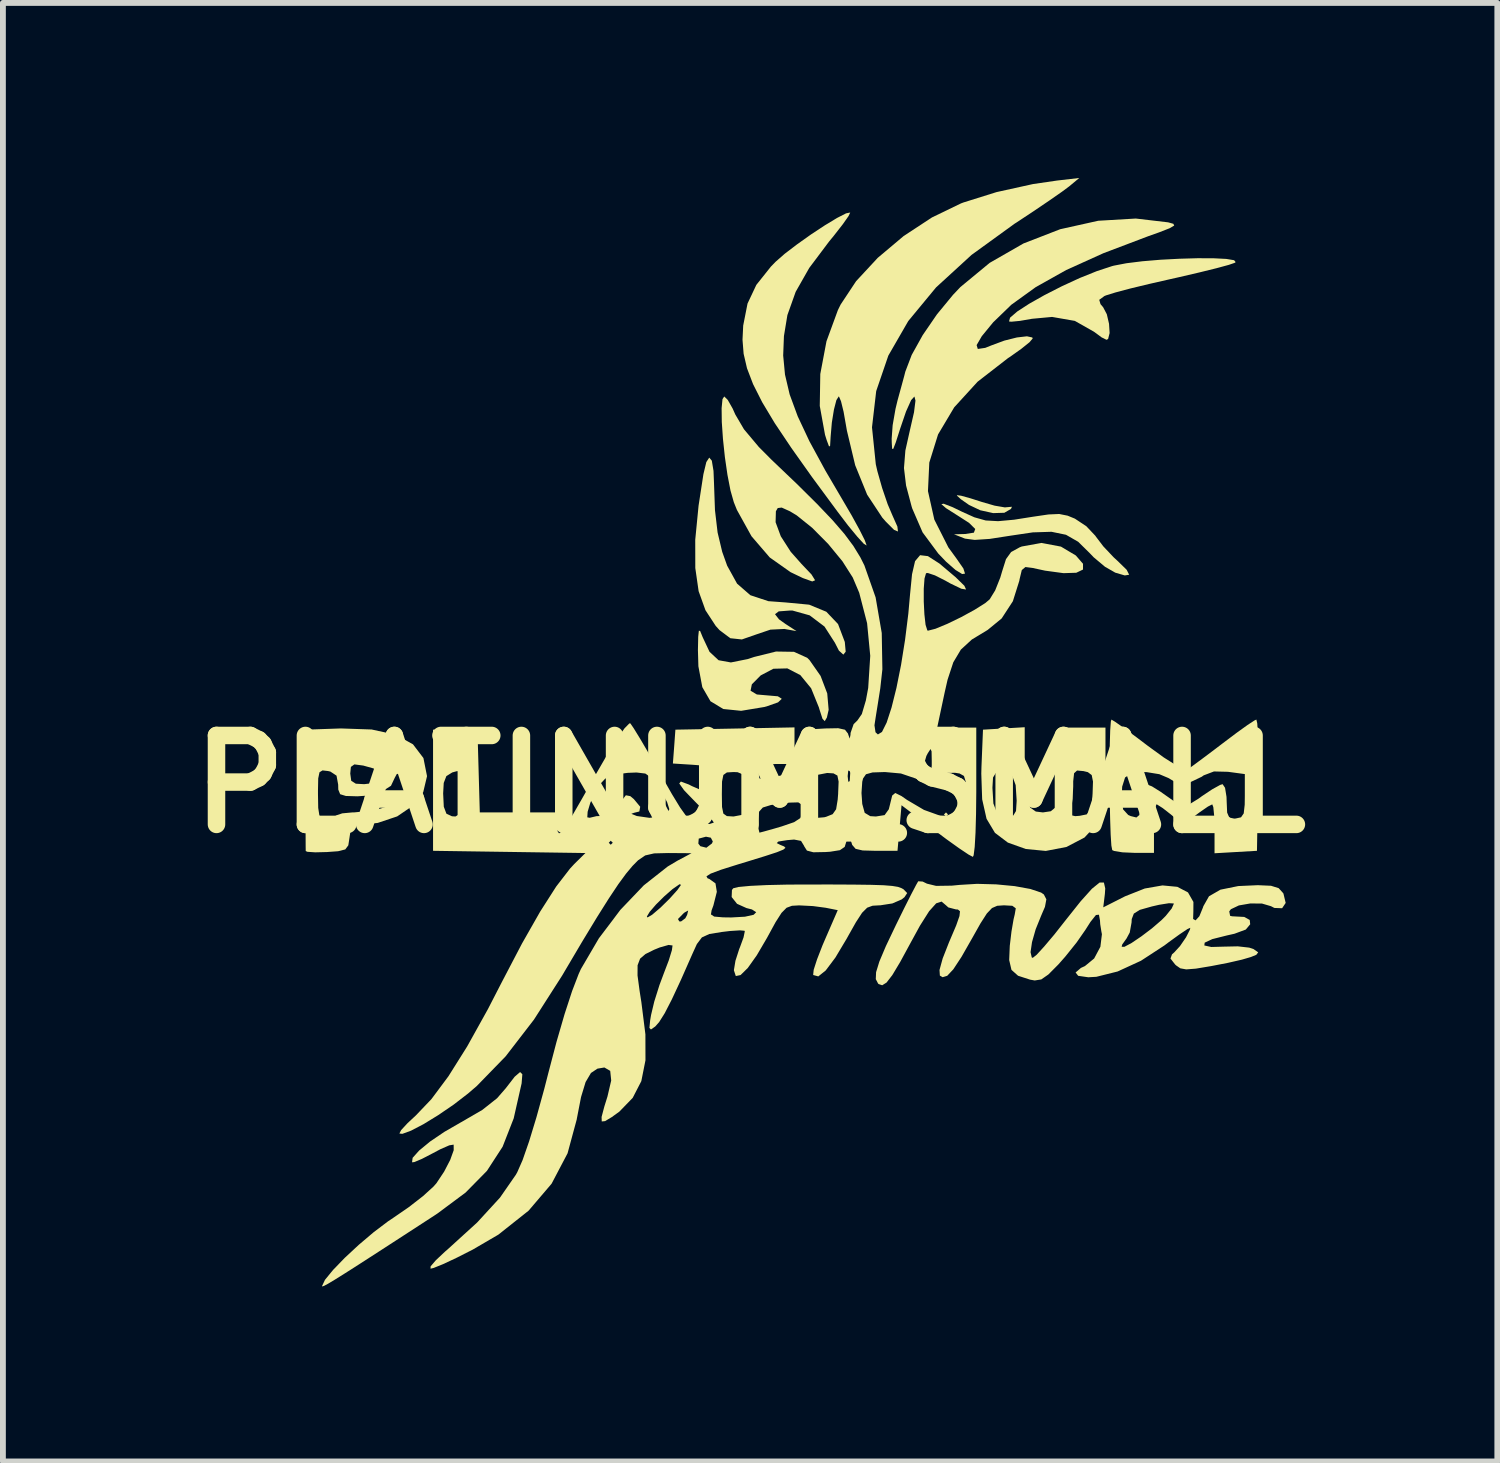
<source format=kicad_pcb>
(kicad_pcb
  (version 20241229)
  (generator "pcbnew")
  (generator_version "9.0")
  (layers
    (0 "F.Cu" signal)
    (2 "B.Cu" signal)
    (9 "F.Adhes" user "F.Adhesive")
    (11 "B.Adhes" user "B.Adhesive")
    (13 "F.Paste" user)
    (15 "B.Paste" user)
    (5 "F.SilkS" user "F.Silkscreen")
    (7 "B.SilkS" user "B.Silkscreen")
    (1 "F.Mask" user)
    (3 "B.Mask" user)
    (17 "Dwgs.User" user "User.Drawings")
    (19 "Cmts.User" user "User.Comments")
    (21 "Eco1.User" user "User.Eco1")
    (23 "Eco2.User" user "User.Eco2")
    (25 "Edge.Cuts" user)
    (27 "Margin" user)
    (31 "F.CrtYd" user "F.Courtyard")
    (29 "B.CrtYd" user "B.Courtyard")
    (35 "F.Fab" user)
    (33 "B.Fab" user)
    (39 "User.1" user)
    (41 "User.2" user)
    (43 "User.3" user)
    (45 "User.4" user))
  (footprint "PLATINUM_SMALL"
    (layer "F.Cu")
    (at 9.804 10.388)
    (property "Reference" "PLATINUM_SMALL" (at 0 0 0) (layer "F.SilkS") (effects (font (size 1.524 1.524) (thickness 0.3))))
    (attr board_only exclude_from_pos_files exclude_from_bom)
    (fp_poly (pts (xy 3.391 0.519) (xy 3.357 0.554) (xy 3.322 0.519) (xy 3.357 0.484)) (stroke (width 0) (type solid)) (fill yes) (layer "F.SilkS"))
    (fp_poly (pts (xy 3.616 -4.943) (xy 3.779 -4.898) (xy 3.966 -4.838) (xy 4.19 -4.773) (xy 4.366 -4.743) (xy 4.444 -4.75) (xy 4.487 -4.754) (xy 4.471 -4.717) (xy 4.357 -4.651) (xy 4.166 -4.645) (xy 3.944 -4.694) (xy 3.752 -4.785) (xy 3.613 -4.882) (xy 3.545 -4.944) (xy 3.545 -4.952)) (stroke (width 0) (type solid)) (fill yes) (layer "F.SilkS"))
    (fp_poly (pts (xy -0.856 -2.625) (xy -0.816 -2.527) (xy -0.816 -2.526) (xy -0.695 -2.268) (xy -0.54 -2.124) (xy -0.329 -2.086) (xy -0.039 -2.144) (xy 0.069 -2.18) (xy 0.444 -2.273) (xy 0.752 -2.268) (xy 0.978 -2.166) (xy 1.017 -2.128) (xy 1.208 -1.855) (xy 1.322 -1.555) (xy 1.346 -1.274) (xy 1.316 -1.142) (xy 1.279 -1.08) (xy 1.241 -1.12) (xy 1.19 -1.277) (xy 1.179 -1.315) (xy 1.046 -1.643) (xy 0.861 -1.869) (xy 0.639 -1.984) (xy 0.399 -1.978) (xy 0.182 -1.864) (xy 0.03 -1.711) (xy 0.008 -1.601) (xy 0.116 -1.537) (xy 0.277 -1.523) (xy 0.476 -1.506) (xy 0.543 -1.463) (xy 0.479 -1.402) (xy 0.286 -1.334) (xy 0.246 -1.323) (xy -0.153 -1.257) (xy -0.459 -1.288) (xy -0.679 -1.421) (xy -0.819 -1.663) (xy -0.886 -2.02) (xy -0.894 -2.299) (xy -0.889 -2.526) (xy -0.878 -2.63)) (stroke (width 0) (type solid)) (fill yes) (layer "F.SilkS"))
    (fp_poly (pts (xy 3.47 -4.747) (xy 3.631 -4.669) (xy 3.844 -4.573) (xy 4.037 -4.519) (xy 4.25 -4.507) (xy 4.524 -4.532) (xy 4.841 -4.582) (xy 5.113 -4.622) (xy 5.297 -4.63) (xy 5.442 -4.601) (xy 5.566 -4.55) (xy 5.762 -4.42) (xy 5.916 -4.257) (xy 5.926 -4.242) (xy 6.054 -4.074) (xy 6.231 -3.887) (xy 6.293 -3.83) (xy 6.453 -3.674) (xy 6.496 -3.589) (xy 6.421 -3.577) (xy 6.257 -3.625) (xy 6.081 -3.726) (xy 5.888 -3.888) (xy 5.821 -3.958) (xy 5.622 -4.154) (xy 5.413 -4.274) (xy 5.165 -4.325) (xy 4.845 -4.315) (xy 4.474 -4.26) (xy 4.105 -4.203) (xy 3.848 -4.186) (xy 3.683 -4.208) (xy 3.667 -4.214) (xy 3.495 -4.282) (xy 3.685 -4.287) (xy 3.835 -4.31) (xy 3.858 -4.373) (xy 3.752 -4.478) (xy 3.559 -4.602) (xy 3.357 -4.73) (xy 3.278 -4.799) (xy 3.317 -4.806)) (stroke (width 0) (type solid)) (fill yes) (layer "F.SilkS"))
    (fp_poly (pts (xy -0.656 -5.544) (xy -0.627 -5.369) (xy -0.619 -5.173) (xy -0.602 -4.696) (xy -0.557 -4.313) (xy -0.478 -3.982) (xy -0.393 -3.744) (xy -0.223 -3.436) (xy 0.005 -3.238) (xy 0.313 -3.136) (xy 0.611 -3.114) (xy 1.012 -3.076) (xy 1.306 -2.955) (xy 1.507 -2.744) (xy 1.623 -2.437) (xy 1.638 -2.27) (xy 1.598 -2.22) (xy 1.522 -2.289) (xy 1.453 -2.424) (xy 1.275 -2.701) (xy 1.021 -2.893) (xy 0.728 -2.975) (xy 0.687 -2.976) (xy 0.49 -2.961) (xy 0.427 -2.913) (xy 0.495 -2.825) (xy 0.606 -2.746) (xy 0.796 -2.623) (xy 0.588 -2.66) (xy 0.348 -2.648) (xy 0.112 -2.568) (xy -0.141 -2.48) (xy -0.339 -2.501) (xy -0.524 -2.64) (xy -0.589 -2.712) (xy -0.765 -2.981) (xy -0.882 -3.307) (xy -0.939 -3.704) (xy -0.94 -4.188) (xy -0.883 -4.772) (xy -0.8 -5.312) (xy -0.75 -5.52) (xy -0.7 -5.596)) (stroke (width 0) (type solid)) (fill yes) (layer "F.SilkS"))
    (fp_poly (pts (xy 1.687 -9.735) (xy 1.587 -9.593) (xy 1.434 -9.397) (xy 1.352 -9.297) (xy 1.014 -8.847) (xy 0.781 -8.437) (xy 0.639 -8.038) (xy 0.58 -7.679) (xy 0.567 -7.346) (xy 0.598 -7.019) (xy 0.678 -6.679) (xy 0.816 -6.304) (xy 1.017 -5.876) (xy 1.29 -5.374) (xy 1.571 -4.895) (xy 1.739 -4.608) (xy 1.874 -4.362) (xy 1.964 -4.183) (xy 1.996 -4.094) (xy 1.995 -4.091) (xy 1.948 -4.12) (xy 1.837 -4.241) (xy 1.678 -4.434) (xy 1.503 -4.664) (xy 1.064 -5.259) (xy 0.707 -5.762) (xy 0.423 -6.186) (xy 0.207 -6.546) (xy 0.051 -6.855) (xy -0.053 -7.127) (xy -0.111 -7.376) (xy -0.13 -7.616) (xy -0.118 -7.862) (xy -0.117 -7.865) (xy -0.044 -8.236) (xy 0.107 -8.556) (xy 0.358 -8.871) (xy 0.438 -8.953) (xy 0.593 -9.089) (xy 0.804 -9.25) (xy 1.042 -9.419) (xy 1.28 -9.576) (xy 1.49 -9.703) (xy 1.645 -9.782) (xy 1.716 -9.796)) (stroke (width 0) (type solid)) (fill yes) (layer "F.SilkS"))
    (fp_poly (pts (xy 7.944 -9.012) (xy 8.161 -9.001) (xy 8.294 -8.979) (xy 8.321 -8.946) (xy 8.305 -8.934) (xy 8.203 -8.899) (xy 7.993 -8.842) (xy 7.701 -8.77) (xy 7.354 -8.689) (xy 7.203 -8.655) (xy 6.839 -8.572) (xy 6.515 -8.494) (xy 6.26 -8.426) (xy 6.102 -8.377) (xy 6.072 -8.365) (xy 5.983 -8.3) (xy 6.005 -8.226) (xy 6.05 -8.173) (xy 6.113 -8.053) (xy 6.151 -7.889) (xy 6.161 -7.731) (xy 6.135 -7.629) (xy 6.108 -7.615) (xy 6.023 -7.657) (xy 5.893 -7.753) (xy 5.565 -7.939) (xy 5.175 -8.007) (xy 4.831 -7.975) (xy 4.623 -7.939) (xy 4.478 -7.925) (xy 4.437 -7.929) (xy 4.455 -7.994) (xy 4.578 -8.1) (xy 4.783 -8.233) (xy 5.045 -8.381) (xy 5.341 -8.532) (xy 5.649 -8.674) (xy 5.945 -8.793) (xy 6.204 -8.878) (xy 6.235 -8.886) (xy 6.449 -8.927) (xy 6.723 -8.961) (xy 7.033 -8.987) (xy 7.356 -9.004) (xy 7.668 -9.013)) (stroke (width 0) (type solid)) (fill yes) (layer "F.SilkS"))
    (fp_poly (pts (xy -3.903 4.971) (xy -3.915 5.125) (xy -3.918 5.139) (xy -4.051 5.727) (xy -4.241 6.213) (xy -4.51 6.627) (xy -4.875 6.998) (xy -5.356 7.356) (xy -5.398 7.384) (xy -5.929 7.729) (xy -6.355 8.005) (xy -6.688 8.22) (xy -6.937 8.379) (xy -7.116 8.491) (xy -7.233 8.561) (xy -7.302 8.598) (xy -7.332 8.607) (xy -7.336 8.602) (xy -7.285 8.494) (xy -7.147 8.325) (xy -6.947 8.118) (xy -6.707 7.895) (xy -6.451 7.678) (xy -6.204 7.491) (xy -6.117 7.433) (xy -5.847 7.247) (xy -5.604 7.058) (xy -5.426 6.896) (xy -5.375 6.838) (xy -5.244 6.641) (xy -5.139 6.439) (xy -5.079 6.272) (xy -5.08 6.178) (xy -5.081 6.177) (xy -5.155 6.189) (xy -5.308 6.256) (xy -5.44 6.326) (xy -5.625 6.422) (xy -5.755 6.476) (xy -5.793 6.48) (xy -5.783 6.403) (xy -5.672 6.279) (xy -5.484 6.124) (xy -5.239 5.958) (xy -4.96 5.797) (xy -4.947 5.79) (xy -4.589 5.582) (xy -4.336 5.382) (xy -4.188 5.212) (xy -4.034 5.013) (xy -3.941 4.933)) (stroke (width 0) (type solid)) (fill yes) (layer "F.SilkS"))
    (fp_poly (pts (xy 5.468 -10.244) (xy 5.344 -10.152) (xy 5.133 -10.005) (xy 4.863 -9.822) (xy 4.562 -9.623) (xy 4.533 -9.605) (xy 3.795 -9.07) (xy 3.187 -8.513) (xy 2.711 -7.937) (xy 2.369 -7.344) (xy 2.161 -6.736) (xy 2.089 -6.115) (xy 2.154 -5.483) (xy 2.181 -5.364) (xy 2.263 -5.075) (xy 2.357 -4.799) (xy 2.436 -4.613) (xy 2.524 -4.415) (xy 2.534 -4.33) (xy 2.467 -4.358) (xy 2.325 -4.5) (xy 2.266 -4.567) (xy 2.006 -4.961) (xy 1.801 -5.465) (xy 1.659 -6.059) (xy 1.645 -6.139) (xy 1.602 -6.383) (xy 1.558 -6.562) (xy 1.523 -6.643) (xy 1.519 -6.644) (xy 1.479 -6.582) (xy 1.437 -6.42) (xy 1.401 -6.197) (xy 1.38 -5.953) (xy 1.378 -5.917) (xy 1.371 -5.797) (xy 1.353 -5.787) (xy 1.312 -5.897) (xy 1.284 -5.987) (xy 1.194 -6.482) (xy 1.203 -7.029) (xy 1.309 -7.59) (xy 1.505 -8.125) (xy 1.552 -8.22) (xy 1.817 -8.62) (xy 2.188 -9.02) (xy 2.631 -9.393) (xy 3.117 -9.712) (xy 3.613 -9.952) (xy 3.655 -9.968) (xy 4.223 -10.146) (xy 4.849 -10.284) (xy 5.26 -10.344) (xy 5.641 -10.388)) (stroke (width 0) (type solid)) (fill yes) (layer "F.SilkS"))
    (fp_poly (pts (xy 4.706 -0.329) (xy 4.714 0.024) (xy 4.743 0.26) (xy 4.8 0.401) (xy 4.896 0.469) (xy 5.018 0.484) (xy 5.153 0.464) (xy 5.244 0.389) (xy 5.298 0.237) (xy 5.323 -0.012) (xy 5.329 -0.325) (xy 5.329 -0.969) (xy 6.09 -0.969) (xy 6.09 -0.26) (xy 6.085 0.089) (xy 6.067 0.332) (xy 6.031 0.505) (xy 5.973 0.641) (xy 5.955 0.671) (xy 5.731 0.914) (xy 5.422 1.076) (xy 5.067 1.144) (xy 4.725 1.111) (xy 4.417 1.001) (xy 4.196 0.834) (xy 4.052 0.593) (xy 3.977 0.26) (xy 3.97 0.064) (xy 4.153 0.064) (xy 4.169 0.33) (xy 4.227 0.484) (xy 4.337 0.548) (xy 4.402 0.554) (xy 4.51 0.537) (xy 4.515 0.529) (xy 5.486 0.529) (xy 5.572 0.548) (xy 5.648 0.542) (xy 5.767 0.518) (xy 5.829 0.456) (xy 5.858 0.319) (xy 5.869 0.164) (xy 5.876 -0.045) (xy 5.854 -0.156) (xy 5.788 -0.206) (xy 5.713 -0.224) (xy 5.603 -0.234) (xy 5.552 -0.187) (xy 5.537 -0.049) (xy 5.537 0.039) (xy 5.527 0.252) (xy 5.502 0.419) (xy 5.493 0.45) (xy 5.486 0.529) (xy 4.515 0.529) (xy 4.557 0.46) (xy 4.568 0.286) (xy 4.568 0.282) (xy 4.551 0.016) (xy 4.494 -0.138) (xy 4.383 -0.202) (xy 4.318 -0.208) (xy 4.21 -0.191) (xy 4.163 -0.114) (xy 4.153 0.06) (xy 4.153 0.064) (xy 3.97 0.064) (xy 3.962 -0.181) (xy 3.965 -0.299) (xy 3.991 -0.934) (xy 4.349 -0.955) (xy 4.706 -0.976)) (stroke (width 0) (type solid)) (fill yes) (layer "F.SilkS"))
    (fp_poly (pts (xy 7.163 -9.628) (xy 7.253 -9.603) (xy 7.268 -9.573) (xy 7.192 -9.528) (xy 7.011 -9.457) (xy 6.817 -9.388) (xy 6.055 -9.099) (xy 5.418 -8.811) (xy 4.897 -8.519) (xy 4.477 -8.216) (xy 4.165 -7.914) (xy 3.97 -7.676) (xy 3.882 -7.524) (xy 3.902 -7.458) (xy 4.03 -7.477) (xy 4.135 -7.519) (xy 4.356 -7.601) (xy 4.572 -7.655) (xy 4.744 -7.675) (xy 4.836 -7.655) (xy 4.843 -7.638) (xy 4.788 -7.573) (xy 4.646 -7.459) (xy 4.445 -7.317) (xy 4.421 -7.302) (xy 3.899 -6.897) (xy 3.498 -6.458) (xy 3.221 -5.993) (xy 3.071 -5.511) (xy 3.048 -5.022) (xy 3.157 -4.534) (xy 3.398 -4.057) (xy 3.535 -3.869) (xy 3.655 -3.696) (xy 3.683 -3.608) (xy 3.634 -3.601) (xy 3.521 -3.67) (xy 3.359 -3.812) (xy 3.225 -3.952) (xy 2.956 -4.315) (xy 2.778 -4.726) (xy 2.769 -4.755) (xy 2.673 -5.117) (xy 2.637 -5.417) (xy 2.661 -5.718) (xy 2.734 -6.045) (xy 2.809 -6.373) (xy 2.834 -6.573) (xy 2.816 -6.643) (xy 2.76 -6.582) (xy 2.672 -6.386) (xy 2.571 -6.09) (xy 2.497 -5.858) (xy 2.454 -5.747) (xy 2.434 -5.746) (xy 2.428 -5.845) (xy 2.426 -5.92) (xy 2.443 -6.152) (xy 2.492 -6.432) (xy 2.527 -6.577) (xy 2.59 -6.807) (xy 2.641 -6.994) (xy 2.66 -7.069) (xy 2.769 -7.355) (xy 2.958 -7.695) (xy 3.202 -8.051) (xy 3.477 -8.385) (xy 3.604 -8.519) (xy 4.105 -8.933) (xy 4.685 -9.266) (xy 5.314 -9.51) (xy 5.966 -9.655) (xy 6.61 -9.693)) (stroke (width 0) (type solid)) (fill yes) (layer "F.SilkS"))
    (fp_poly (pts (xy -6.485 -0.937) (xy -6.073 -0.847) (xy -5.777 -0.683) (xy -5.598 -0.448) (xy -5.537 -0.141) (xy -5.537 -0.134) (xy -5.601 0.135) (xy -5.78 0.37) (xy -6.047 0.552) (xy -6.381 0.664) (xy -6.657 0.692) (xy -6.789 0.713) (xy -6.848 0.804) (xy -6.865 0.917) (xy -6.885 1.048) (xy -6.937 1.118) (xy -7.059 1.149) (xy -7.25 1.163) (xy -7.453 1.168) (xy -7.586 1.159) (xy -7.615 1.146) (xy -7.616 1.066) (xy -7.617 0.874) (xy -7.618 0.594) (xy -7.619 0.252) (xy -7.619 0.171) (xy -7.405 0.171) (xy -7.401 0.407) (xy -7.381 0.535) (xy -7.335 0.585) (xy -7.268 0.59) (xy -7.132 0.559) (xy -7.084 0.532) (xy -6.989 0.5) (xy -6.817 0.484) (xy -6.788 0.484) (xy -6.435 0.449) (xy -6.13 0.355) (xy -5.899 0.214) (xy -5.766 0.041) (xy -5.744 -0.069) (xy -5.785 -0.178) (xy -5.917 -0.208) (xy -6.055 -0.173) (xy -6.09 -0.108) (xy -6.154 0.028) (xy -6.324 0.135) (xy -6.57 0.197) (xy -6.729 0.208) (xy -6.928 0.202) (xy -7.025 0.172) (xy -7.057 0.093) (xy -7.059 0.008) (xy -7.087 -0.146) (xy -7.141 -0.182) (xy -6.852 -0.182) (xy -6.835 -0.058) (xy -6.756 -0.008) (xy -6.614 0) (xy -6.44 -0.02) (xy -6.334 -0.069) (xy -6.329 -0.075) (xy -6.325 -0.183) (xy -6.454 -0.27) (xy -6.629 -0.319) (xy -6.781 -0.339) (xy -6.841 -0.296) (xy -6.852 -0.182) (xy -7.141 -0.182) (xy -7.193 -0.216) (xy -7.232 -0.225) (xy -7.327 -0.236) (xy -7.379 -0.204) (xy -7.401 -0.099) (xy -7.405 0.107) (xy -7.405 0.171) (xy -7.619 0.171) (xy -7.619 0.087) (xy -7.622 -0.934) (xy -7.012 -0.955)) (stroke (width 0) (type solid)) (fill yes) (layer "F.SilkS"))
    (fp_poly (pts (xy 8.691 -1.042) (xy 8.702 -0.861) (xy 8.708 -0.588) (xy 8.708 -0.245) (xy 8.705 0.017) (xy 8.686 1.142) (xy 8.322 1.163) (xy 7.959 1.184) (xy 7.959 0.765) (xy 7.953 0.545) (xy 7.938 0.393) (xy 7.92 0.346) (xy 7.845 0.384) (xy 7.706 0.48) (xy 7.651 0.521) (xy 7.421 0.696) (xy 7.213 0.521) (xy 7.071 0.41) (xy 6.975 0.349) (xy 6.963 0.346) (xy 6.941 0.409) (xy 6.926 0.572) (xy 6.921 0.761) (xy 6.921 1.177) (xy 6.586 1.177) (xy 6.381 1.168) (xy 6.239 1.145) (xy 6.206 1.13) (xy 6.191 1.052) (xy 6.179 0.866) (xy 6.17 0.601) (xy 6.163 0.286) (xy 6.163 0.25) (xy 6.367 0.25) (xy 6.392 0.432) (xy 6.48 0.528) (xy 6.523 0.547) (xy 6.62 0.571) (xy 6.67 0.529) (xy 6.693 0.389) (xy 6.7 0.302) (xy 6.727 0.12) (xy 6.77 0.012) (xy 6.791 0) (xy 6.887 0.038) (xy 7.039 0.133) (xy 7.081 0.163) (xy 7.279 0.302) (xy 7.413 0.361) (xy 7.532 0.342) (xy 7.683 0.249) (xy 7.742 0.206) (xy 7.919 0.088) (xy 8.055 0.013) (xy 8.097 0) (xy 8.139 0.062) (xy 8.164 0.217) (xy 8.167 0.3) (xy 8.175 0.487) (xy 8.211 0.572) (xy 8.296 0.59) (xy 8.322 0.588) (xy 8.413 0.568) (xy 8.459 0.501) (xy 8.476 0.352) (xy 8.478 0.202) (xy 8.478 -0.173) (xy 8.189 -0.212) (xy 7.949 -0.218) (xy 7.773 -0.151) (xy 7.739 -0.127) (xy 7.506 -0.016) (xy 7.277 -0.041) (xy 7.167 -0.106) (xy 7.013 -0.171) (xy 6.798 -0.206) (xy 6.742 -0.208) (xy 6.54 -0.189) (xy 6.426 -0.115) (xy 6.376 0.043) (xy 6.367 0.25) (xy 6.163 0.25) (xy 6.16 -0.053) (xy 6.16 -0.386) (xy 6.164 -0.685) (xy 6.171 -0.923) (xy 6.182 -1.072) (xy 6.192 -1.107) (xy 6.257 -1.068) (xy 6.408 -0.961) (xy 6.62 -0.805) (xy 6.818 -0.655) (xy 7.089 -0.458) (xy 7.307 -0.32) (xy 7.452 -0.253) (xy 7.495 -0.252) (xy 7.584 -0.314) (xy 7.753 -0.439) (xy 7.974 -0.605) (xy 8.104 -0.704) (xy 8.335 -0.878) (xy 8.524 -1.014) (xy 8.647 -1.094) (xy 8.676 -1.107)) (stroke (width 0) (type solid)) (fill yes) (layer "F.SilkS"))
    (fp_poly (pts (xy 2.957 1.669) (xy 3.031 1.705) (xy 3.188 1.743) (xy 3.457 1.739) (xy 3.591 1.726) (xy 3.89 1.708) (xy 4.217 1.717) (xy 4.533 1.747) (xy 4.803 1.796) (xy 4.988 1.858) (xy 5.034 1.89) (xy 5.077 1.973) (xy 5.053 2.102) (xy 4.989 2.251) (xy 4.894 2.486) (xy 4.831 2.707) (xy 4.806 2.879) (xy 4.827 2.97) (xy 4.844 2.976) (xy 4.91 2.924) (xy 5.039 2.783) (xy 5.214 2.576) (xy 5.403 2.336) (xy 5.665 2.007) (xy 5.858 1.792) (xy 5.989 1.686) (xy 6.063 1.686) (xy 6.086 1.787) (xy 6.08 1.879) (xy 6.052 2.111) (xy 6.427 1.921) (xy 6.763 1.788) (xy 7.067 1.735) (xy 7.321 1.759) (xy 7.504 1.855) (xy 7.597 2.018) (xy 7.596 2.18) (xy 7.592 2.31) (xy 7.634 2.334) (xy 7.699 2.263) (xy 7.761 2.112) (xy 7.767 2.092) (xy 7.864 1.921) (xy 8.06 1.808) (xy 8.366 1.746) (xy 8.701 1.731) (xy 8.927 1.741) (xy 9.058 1.782) (xy 9.134 1.866) (xy 9.14 1.876) (xy 9.178 2.035) (xy 9.117 2.126) (xy 8.984 2.121) (xy 8.926 2.091) (xy 8.773 2.046) (xy 8.572 2.044) (xy 8.376 2.078) (xy 8.239 2.143) (xy 8.211 2.18) (xy 8.226 2.256) (xy 8.259 2.264) (xy 8.468 2.275) (xy 8.562 2.327) (xy 8.57 2.401) (xy 8.495 2.491) (xy 8.301 2.563) (xy 8.172 2.592) (xy 7.921 2.655) (xy 7.79 2.716) (xy 7.784 2.764) (xy 7.903 2.79) (xy 8.122 2.784) (xy 8.358 2.779) (xy 8.553 2.801) (xy 8.626 2.825) (xy 8.707 2.882) (xy 8.675 2.924) (xy 8.582 2.962) (xy 8.428 3.007) (xy 8.188 3.062) (xy 7.914 3.115) (xy 7.904 3.117) (xy 7.64 3.161) (xy 7.474 3.174) (xy 7.373 3.156) (xy 7.298 3.104) (xy 7.281 3.087) (xy 7.204 2.988) (xy 7.23 2.916) (xy 7.267 2.884) (xy 7.367 2.775) (xy 7.47 2.625) (xy 7.536 2.495) (xy 7.544 2.461) (xy 7.493 2.484) (xy 7.359 2.574) (xy 7.167 2.713) (xy 7.101 2.763) (xy 6.698 3.026) (xy 6.298 3.21) (xy 5.934 3.301) (xy 5.795 3.309) (xy 5.622 3.284) (xy 5.578 3.227) (xy 5.669 3.149) (xy 5.738 3.117) (xy 5.896 2.987) (xy 6.003 2.786) (xy 6.367 2.786) (xy 6.415 2.787) (xy 6.538 2.721) (xy 6.705 2.608) (xy 6.886 2.471) (xy 7.05 2.33) (xy 7.123 2.257) (xy 7.225 2.13) (xy 7.261 2.05) (xy 7.258 2.044) (xy 7.178 2.04) (xy 7.009 2.067) (xy 6.883 2.096) (xy 6.678 2.154) (xy 6.576 2.218) (xy 6.54 2.312) (xy 6.537 2.37) (xy 6.506 2.542) (xy 6.451 2.644) (xy 6.377 2.747) (xy 6.367 2.786) (xy 6.003 2.786) (xy 6.003 2.784) (xy 6.029 2.571) (xy 6.02 2.526) (xy 6 2.4) (xy 5.996 2.336) (xy 5.978 2.237) (xy 5.927 2.242) (xy 5.833 2.36) (xy 5.745 2.498) (xy 5.596 2.712) (xy 5.402 2.954) (xy 5.284 3.088) (xy 5.112 3.261) (xy 4.99 3.346) (xy 4.878 3.364) (xy 4.799 3.35) (xy 4.592 3.283) (xy 4.479 3.182) (xy 4.44 3.014) (xy 4.45 2.771) (xy 4.479 2.526) (xy 4.515 2.316) (xy 4.535 2.232) (xy 4.553 2.127) (xy 4.494 2.084) (xy 4.35 2.076) (xy 4.235 2.084) (xy 4.145 2.123) (xy 4.057 2.216) (xy 3.948 2.386) (xy 3.809 2.633) (xy 3.623 2.959) (xy 3.483 3.172) (xy 3.378 3.284) (xy 3.299 3.308) (xy 3.252 3.28) (xy 3.246 3.184) (xy 3.3 2.987) (xy 3.409 2.709) (xy 3.421 2.681) (xy 3.532 2.42) (xy 3.588 2.26) (xy 3.597 2.178) (xy 3.561 2.148) (xy 3.527 2.146) (xy 3.397 2.112) (xy 3.357 2.076) (xy 3.282 2.012) (xy 3.189 2.042) (xy 3.068 2.177) (xy 2.911 2.425) (xy 2.754 2.712) (xy 2.572 3.047) (xy 2.437 3.272) (xy 2.338 3.4) (xy 2.264 3.446) (xy 2.202 3.425) (xy 2.193 3.416) (xy 2.154 3.341) (xy 2.159 3.222) (xy 2.215 3.04) (xy 2.327 2.775) (xy 2.498 2.416) (xy 2.639 2.129) (xy 2.759 1.891) (xy 2.845 1.727) (xy 2.881 1.664)) (stroke (width 0) (type solid)) (fill yes) (layer "F.SilkS"))
    (fp_poly (pts (xy -0.383 -6.585) (xy -0.299 -6.437) (xy -0.254 -6.336) (xy -0.105 -6.082) (xy 0.15 -5.778) (xy 0.369 -5.558) (xy 0.803 -5.144) (xy 1.146 -4.804) (xy 1.412 -4.525) (xy 1.616 -4.289) (xy 1.77 -4.082) (xy 1.889 -3.888) (xy 1.959 -3.748) (xy 2.151 -3.201) (xy 2.256 -2.591) (xy 2.267 -1.969) (xy 2.231 -1.643) (xy 2.189 -1.377) (xy 2.153 -1.152) (xy 2.132 -1.015) (xy 2.131 -1.011) (xy 2.149 -0.89) (xy 2.19 -0.852) (xy 2.26 -0.895) (xy 2.34 -1.055) (xy 2.424 -1.313) (xy 2.508 -1.65) (xy 2.587 -2.044) (xy 2.656 -2.476) (xy 2.712 -2.926) (xy 2.74 -3.241) (xy 2.775 -3.597) (xy 2.827 -3.822) (xy 2.913 -3.924) (xy 3.047 -3.908) (xy 3.246 -3.78) (xy 3.524 -3.545) (xy 3.53 -3.539) (xy 3.672 -3.4) (xy 3.701 -3.336) (xy 3.62 -3.349) (xy 3.433 -3.439) (xy 3.344 -3.489) (xy 3.168 -3.578) (xy 3.045 -3.619) (xy 3.015 -3.615) (xy 2.989 -3.525) (xy 2.976 -3.349) (xy 2.976 -3.13) (xy 2.987 -2.91) (xy 3.007 -2.731) (xy 3.037 -2.636) (xy 3.047 -2.63) (xy 3.176 -2.663) (xy 3.381 -2.748) (xy 3.62 -2.864) (xy 3.85 -2.99) (xy 4.031 -3.104) (xy 4.106 -3.168) (xy 4.2 -3.321) (xy 4.288 -3.542) (xy 4.318 -3.644) (xy 4.385 -3.856) (xy 4.473 -3.978) (xy 4.62 -4.059) (xy 4.656 -4.073) (xy 4.994 -4.134) (xy 5.327 -4.071) (xy 5.582 -3.919) (xy 5.705 -3.777) (xy 5.705 -3.678) (xy 5.59 -3.623) (xy 5.371 -3.616) (xy 5.055 -3.659) (xy 4.837 -3.706) (xy 4.718 -3.721) (xy 4.656 -3.669) (xy 4.619 -3.516) (xy 4.613 -3.484) (xy 4.503 -3.135) (xy 4.311 -2.84) (xy 4.071 -2.643) (xy 3.8 -2.479) (xy 3.612 -2.306) (xy 3.482 -2.088) (xy 3.384 -1.79) (xy 3.335 -1.575) (xy 3.206 -0.969) (xy 3.876 -0.969) (xy 3.876 0.138) (xy 3.872 0.512) (xy 3.863 0.832) (xy 3.849 1.075) (xy 3.831 1.218) (xy 3.818 1.246) (xy 3.743 1.206) (xy 3.583 1.099) (xy 3.365 0.943) (xy 3.178 0.803) (xy 2.595 0.361) (xy 2.561 0.751) (xy 2.526 1.142) (xy 2.149 1.142) (xy 1.929 1.136) (xy 1.808 1.108) (xy 1.75 1.041) (xy 1.727 0.969) (xy 1.682 0.796) (xy 1.654 0.969) (xy 1.621 1.075) (xy 1.539 1.131) (xy 1.37 1.158) (xy 1.292 1.163) (xy 1.084 1.167) (xy 0.974 1.138) (xy 0.927 1.064) (xy 0.925 1.057) (xy 0.873 0.972) (xy 0.754 0.949) (xy 0.636 0.959) (xy 0.484 0.983) (xy 0.457 1.01) (xy 0.519 1.041) (xy 0.583 1.067) (xy 0.606 1.091) (xy 0.57 1.121) (xy 0.46 1.166) (xy 0.258 1.232) (xy -0.053 1.328) (xy -0.205 1.374) (xy -0.5 1.467) (xy -0.676 1.533) (xy -0.748 1.579) (xy -0.729 1.613) (xy -0.699 1.624) (xy -0.593 1.7) (xy -0.57 1.845) (xy -0.629 2.079) (xy -0.66 2.163) (xy -0.671 2.232) (xy -0.615 2.269) (xy -0.466 2.282) (xy -0.323 2.284) (xy -0.087 2.271) (xy 0.061 2.238) (xy 0.105 2.194) (xy 0.032 2.147) (xy -0.062 2.123) (xy -0.224 2.05) (xy -0.316 1.934) (xy -0.311 1.813) (xy -0.289 1.784) (xy -0.201 1.762) (xy -0.001 1.743) (xy 0.287 1.729) (xy 0.637 1.721) (xy 0.838 1.72) (xy 1.365 1.719) (xy 1.771 1.721) (xy 2.073 1.725) (xy 2.289 1.732) (xy 2.437 1.744) (xy 2.534 1.76) (xy 2.597 1.783) (xy 2.63 1.802) (xy 2.692 1.866) (xy 2.646 1.936) (xy 2.599 1.974) (xy 2.438 2.044) (xy 2.231 2.076) (xy 2.218 2.076) (xy 2.098 2.083) (xy 2.006 2.117) (xy 1.919 2.204) (xy 1.814 2.365) (xy 1.668 2.624) (xy 1.662 2.636) (xy 1.462 2.971) (xy 1.296 3.192) (xy 1.169 3.294) (xy 1.084 3.271) (xy 1.081 3.266) (xy 1.09 3.18) (xy 1.147 3.003) (xy 1.239 2.766) (xy 1.274 2.684) (xy 1.502 2.159) (xy 1.296 2.118) (xy 1.077 2.089) (xy 0.839 2.077) (xy 0.839 2.077) (xy 0.717 2.084) (xy 0.625 2.118) (xy 0.539 2.205) (xy 0.436 2.366) (xy 0.294 2.626) (xy 0.292 2.63) (xy 0.115 2.932) (xy -0.039 3.149) (xy -0.163 3.271) (xy -0.245 3.288) (xy -0.277 3.191) (xy -0.277 3.184) (xy -0.251 3.026) (xy -0.186 2.824) (xy -0.172 2.79) (xy -0.112 2.625) (xy -0.091 2.523) (xy -0.095 2.512) (xy -0.173 2.505) (xy -0.344 2.516) (xy -0.485 2.533) (xy -0.7 2.568) (xy -0.826 2.626) (xy -0.912 2.74) (xy -0.985 2.9) (xy -1.184 3.351) (xy -1.341 3.688) (xy -1.463 3.925) (xy -1.558 4.076) (xy -1.625 4.152) (xy -1.699 4.204) (xy -1.725 4.177) (xy -1.713 4.049) (xy -1.697 3.955) (xy -1.642 3.725) (xy -1.553 3.442) (xy -1.478 3.241) (xy -1.393 3.018) (xy -1.34 2.845) (xy -1.329 2.764) (xy -1.397 2.755) (xy -1.548 2.798) (xy -1.644 2.837) (xy -1.793 2.911) (xy -1.885 2.99) (xy -1.928 3.103) (xy -1.929 3.278) (xy -1.893 3.546) (xy -1.863 3.737) (xy -1.794 4.287) (xy -1.793 4.732) (xy -1.864 5.089) (xy -2.012 5.376) (xy -2.241 5.612) (xy -2.37 5.705) (xy -2.485 5.774) (xy -2.542 5.78) (xy -2.545 5.703) (xy -2.498 5.525) (xy -2.444 5.352) (xy -2.38 5.078) (xy -2.397 4.913) (xy -2.497 4.855) (xy -2.616 4.875) (xy -2.727 4.949) (xy -2.819 5.105) (xy -2.897 5.362) (xy -2.97 5.738) (xy -2.97 5.742) (xy -3.128 6.326) (xy -3.402 6.847) (xy -3.796 7.309) (xy -4.313 7.719) (xy -4.753 7.976) (xy -5.025 8.114) (xy -5.259 8.224) (xy -5.422 8.29) (xy -5.476 8.303) (xy -5.475 8.263) (xy -5.384 8.157) (xy -5.224 8.007) (xy -5.191 7.979) (xy -4.677 7.511) (xy -4.286 7.085) (xy -4.014 6.693) (xy -3.99 6.65) (xy -3.899 6.443) (xy -3.787 6.121) (xy -3.661 5.707) (xy -3.527 5.221) (xy -3.457 4.948) (xy -3.317 4.415) (xy -3.179 3.94) (xy -3.05 3.545) (xy -2.938 3.253) (xy -2.9 3.169) (xy -2.591 2.641) (xy -2.341 2.311) (xy -1.236 2.311) (xy -1.214 2.351) (xy -1.184 2.353) (xy -1.11 2.298) (xy -1.079 2.24) (xy -1.061 2.165) (xy -1.12 2.197) (xy -1.14 2.213) (xy -1.236 2.311) (xy -2.341 2.311) (xy -2.309 2.268) (xy -1.769 2.268) (xy -1.758 2.284) (xy -1.678 2.237) (xy -1.536 2.116) (xy -1.381 1.964) (xy -1.247 1.815) (xy -1.184 1.726) (xy -1.207 1.714) (xy -1.211 1.716) (xy -1.329 1.798) (xy -1.472 1.923) (xy -1.612 2.062) (xy -1.72 2.187) (xy -1.769 2.268) (xy -2.309 2.268) (xy -2.223 2.154) (xy -1.822 1.734) (xy -1.412 1.411) (xy -1.246 1.312) (xy -1.004 1.183) (xy -1.405 1.18) (xy -1.644 1.186) (xy -1.797 1.221) (xy -1.92 1.305) (xy -2.015 1.401) (xy -2.126 1.534) (xy -2.258 1.714) (xy -2.42 1.957) (xy -2.621 2.276) (xy -2.87 2.686) (xy -3.175 3.202) (xy -3.219 3.277) (xy -3.704 4.035) (xy -4.189 4.664) (xy -4.682 5.171) (xy -4.833 5.301) (xy -5.081 5.492) (xy -5.345 5.672) (xy -5.596 5.826) (xy -5.809 5.937) (xy -5.958 5.992) (xy -6.01 5.987) (xy -5.98 5.928) (xy -5.869 5.808) (xy -5.727 5.676) (xy -5.461 5.397) (xy -5.169 5.005) (xy -4.848 4.494) (xy -4.495 3.859) (xy -4.254 3.391) (xy -3.909 2.731) (xy -3.597 2.183) (xy -3.322 1.753) (xy -3.086 1.447) (xy -3.013 1.368) (xy -2.822 1.18) (xy -4.127 1.161) (xy -5.433 1.142) (xy -5.433 1.004) (xy -2.422 1.004) (xy -2.388 1.038) (xy -2.368 1.018) (xy -0.887 1.018) (xy -0.852 1.063) (xy -0.749 1.089) (xy -0.654 1.016) (xy -0.639 0.982) (xy -0.673 0.917) (xy -0.756 0.9) (xy -0.88 0.933) (xy -0.887 1.018) (xy -2.368 1.018) (xy -2.353 1.004) (xy -2.388 0.969) (xy -2.422 1.004) (xy -5.433 1.004) (xy -5.433 0.159) (xy -5.26 0.159) (xy -5.249 0.386) (xy -5.204 0.506) (xy -5.109 0.55) (xy -5.049 0.554) (xy -4.943 0.49) (xy -4.893 0.363) (xy -4.88 0.152) (xy -4.902 -0.043) (xy -4.947 -0.188) (xy -5.017 -0.225) (xy -5.104 -0.201) (xy -5.205 -0.138) (xy -5.25 -0.021) (xy -5.26 0.159) (xy -5.433 0.159) (xy -5.433 -0.934) (xy -4.672 -0.934) (xy -4.652 -0.225) (xy -4.632 0.484) (xy -3.33 0.484) (xy -3.309 0.728) (xy -3.297 0.81) (xy -3.274 0.843) (xy -3.23 0.815) (xy -3.155 0.713) (xy -3.066 0.568) (xy -2.79 0.568) (xy -2.749 0.576) (xy -2.632 0.548) (xy -2.443 0.541) (xy -2.39 0.543) (xy -2.22 0.542) (xy -2.185 0.513) (xy -2.204 0.496) (xy -2.261 0.427) (xy -2.226 0.321) (xy -2.206 0.289) (xy -2.129 0.19) (xy -2.053 0.205) (xy -1.992 0.256) (xy -1.883 0.387) (xy -1.898 0.468) (xy -1.99 0.491) (xy -2.035 0.508) (xy -1.946 0.544) (xy -1.939 0.546) (xy -1.723 0.577) (xy -1.532 0.554) (xy -1.409 0.488) (xy -1.384 0.428) (xy -1.422 0.308) (xy -1.516 0.133) (xy -1.569 0.052) (xy -1.688 -0.106) (xy -1.795 -0.182) (xy -1.945 -0.2) (xy -2.098 -0.194) (xy -2.334 -0.163) (xy -2.483 -0.094) (xy -2.571 0) (xy -2.664 0.153) (xy -2.739 0.322) (xy -2.784 0.473) (xy -2.79 0.568) (xy -3.066 0.568) (xy -3.04 0.526) (xy -2.875 0.24) (xy -2.702 -0.067) (xy -2.474 -0.462) (xy -2.288 -0.762) (xy -2.152 -0.957) (xy -2.069 -1.041) (xy -2.051 -1.041) (xy -1.995 -0.959) (xy -1.885 -0.78) (xy -1.738 -0.53) (xy -1.568 -0.232) (xy -1.527 -0.159) (xy -1.339 0.171) (xy -1.2 0.399) (xy -1.096 0.545) (xy -1.01 0.627) (xy -0.925 0.666) (xy -0.845 0.679) (xy -0.694 0.682) (xy -0.623 0.659) (xy -0.623 0.656) (xy -0.647 0.621) (xy 0.138 0.621) (xy 0.145 0.768) (xy 0.16 0.83) (xy 0.16 0.831) (xy 0.233 0.812) (xy 0.398 0.766) (xy 0.541 0.724) (xy 0.754 0.651) (xy 0.863 0.58) (xy 0.898 0.487) (xy 0.9 0.454) (xy 0.888 0.353) (xy 0.826 0.312) (xy 0.678 0.316) (xy 0.606 0.324) (xy 0.358 0.357) (xy 0.218 0.4) (xy 0.155 0.47) (xy 0.139 0.587) (xy 0.138 0.621) (xy -0.647 0.621) (xy -0.669 0.588) (xy -0.789 0.455) (xy -0.941 0.301) (xy -1.065 0.173) (xy -0.484 0.173) (xy -0.481 0.391) (xy -0.458 0.504) (xy -0.398 0.547) (xy -0.284 0.554) (xy -0.127 0.524) (xy -0.05 0.411) (xy -0.039 0.372) (xy -0.021 0.186) (xy 1.052 0.186) (xy 1.072 0.342) (xy 1.109 0.512) (xy 1.165 0.576) (xy 1.272 0.567) (xy 1.303 0.559) (xy 1.415 0.514) (xy 1.474 0.43) (xy 1.501 0.265) (xy 1.509 0.162) (xy 1.509 0.151) (xy 1.909 0.151) (xy 1.922 0.339) (xy 1.964 0.491) (xy 2.059 0.548) (xy 2.155 0.554) (xy 2.305 0.53) (xy 2.377 0.43) (xy 2.398 0.346) (xy 2.435 0.195) (xy 2.488 0.151) (xy 2.595 0.204) (xy 2.69 0.27) (xy 2.98 0.441) (xy 3.261 0.542) (xy 3.492 0.562) (xy 3.53 0.555) (xy 3.634 0.512) (xy 3.685 0.429) (xy 3.702 0.264) (xy 3.703 0.168) (xy 3.697 -0.036) (xy 3.665 -0.141) (xy 3.589 -0.183) (xy 3.512 -0.195) (xy 3.375 -0.193) (xy 3.321 -0.16) (xy 3.287 -0.057) (xy 3.262 -0.012) (xy 3.2 0.034) (xy 3.09 0.012) (xy 2.935 -0.064) (xy 2.585 -0.183) (xy 2.31 -0.208) (xy 2.098 -0.201) (xy 1.986 -0.17) (xy 1.936 -0.098) (xy 1.922 -0.042) (xy 1.909 0.151) (xy 1.509 0.151) (xy 1.517 -0.044) (xy 1.498 -0.138) (xy 1.672 -0.138) (xy 1.683 -0.04) (xy 1.707 -0.052) (xy 1.716 -0.194) (xy 1.707 -0.225) (xy 1.682 -0.234) (xy 1.672 -0.138) (xy 1.498 -0.138) (xy 1.497 -0.147) (xy 1.429 -0.185) (xy 1.321 -0.192) (xy 1.152 -0.159) (xy 1.064 -0.037) (xy 1.052 0.186) (xy -0.021 0.186) (xy -0.019 0.163) (xy -0.037 -0.009) (xy -0.095 -0.155) (xy -0.214 -0.205) (xy -0.282 -0.208) (xy -0.398 -0.201) (xy -0.458 -0.158) (xy -0.481 -0.044) (xy -0.484 0.173) (xy -1.065 0.173) (xy -1.132 0.103) (xy -1.214 -0.012) (xy -1.186 -0.045) (xy -1.049 0.006) (xy -0.997 0.033) (xy -0.79 0.123) (xy -0.674 0.122) (xy -0.632 0.023) (xy -0.636 -0.087) (xy -0.658 -0.222) (xy -0.716 -0.292) (xy -0.848 -0.322) (xy -0.99 -0.333) (xy -1.323 -0.354) (xy -1.301 -0.644) (xy -1.28 -0.934) (xy -0.26 -0.953) (xy 0.761 -0.973) (xy 0.761 -0.346) (xy 0.45 -0.346) (xy 0.256 -0.338) (xy 0.164 -0.301) (xy 0.139 -0.219) (xy 0.138 -0.2) (xy 0.16 -0.099) (xy 0.251 -0.085) (xy 0.32 -0.1) (xy 0.533 -0.15) (xy 0.697 -0.184) (xy 0.813 -0.22) (xy 0.875 -0.291) (xy 0.878 -0.305) (xy 2.969 -0.305) (xy 2.996 -0.225) (xy 3.066 -0.151) (xy 3.102 -0.177) (xy 3.113 -0.321) (xy 3.113 -0.398) (xy 3.11 -0.562) (xy 3.092 -0.602) (xy 3.045 -0.53) (xy 3.021 -0.484) (xy 2.969 -0.305) (xy 0.878 -0.305) (xy 0.904 -0.439) (xy 0.914 -0.579) (xy 0.934 -0.934) (xy 1.292 -0.955) (xy 1.51 -0.959) (xy 1.626 -0.933) (xy 1.677 -0.868) (xy 1.682 -0.851) (xy 1.707 -0.781) (xy 1.72 -0.843) (xy 1.722 -0.879) (xy 1.774 -1.028) (xy 1.839 -1.092) (xy 1.915 -1.202) (xy 1.984 -1.435) (xy 2.024 -1.649) (xy 2.059 -2.199) (xy 2.005 -2.759) (xy 1.87 -3.28) (xy 1.759 -3.542) (xy 1.582 -3.82) (xy 1.338 -4.117) (xy 1.064 -4.393) (xy 0.799 -4.606) (xy 0.685 -4.675) (xy 0.542 -4.74) (xy 0.474 -4.732) (xy 0.442 -4.677) (xy 0.437 -4.489) (xy 0.526 -4.248) (xy 0.696 -3.983) (xy 0.881 -3.774) (xy 1.052 -3.594) (xy 1.114 -3.494) (xy 1.065 -3.474) (xy 0.904 -3.532) (xy 0.694 -3.633) (xy 0.337 -3.885) (xy 0.024 -4.249) (xy -0.226 -4.7) (xy -0.279 -4.832) (xy -0.336 -5.033) (xy -0.388 -5.301) (xy -0.432 -5.605) (xy -0.465 -5.917) (xy -0.485 -6.206) (xy -0.488 -6.443) (xy -0.473 -6.598) (xy -0.443 -6.644)) (stroke (width 0) (type solid)) (fill yes) (layer "F.SilkS")))
  (gr_rect
    (start -3 -3)
    (end 22.609 21.994)
    (stroke (width 0.1) (type default))
    (fill no)
    (layer "Edge.Cuts")))
</source>
